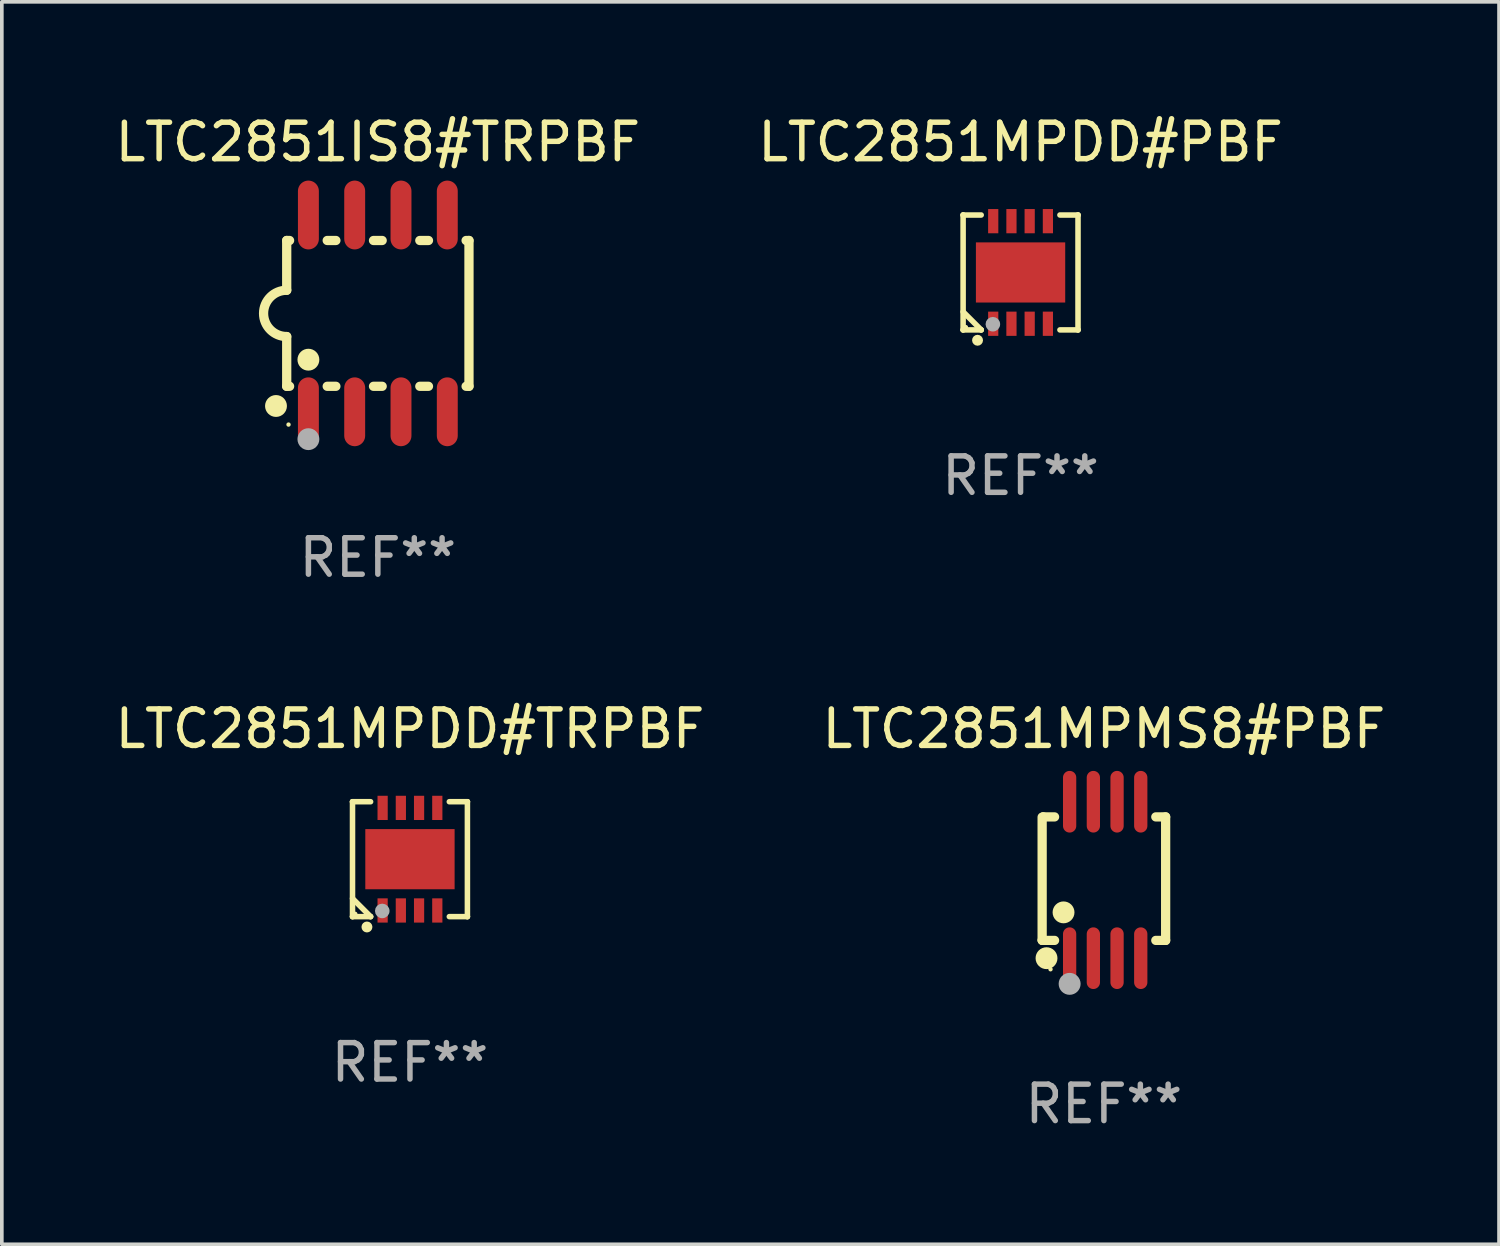
<source format=kicad_pcb>
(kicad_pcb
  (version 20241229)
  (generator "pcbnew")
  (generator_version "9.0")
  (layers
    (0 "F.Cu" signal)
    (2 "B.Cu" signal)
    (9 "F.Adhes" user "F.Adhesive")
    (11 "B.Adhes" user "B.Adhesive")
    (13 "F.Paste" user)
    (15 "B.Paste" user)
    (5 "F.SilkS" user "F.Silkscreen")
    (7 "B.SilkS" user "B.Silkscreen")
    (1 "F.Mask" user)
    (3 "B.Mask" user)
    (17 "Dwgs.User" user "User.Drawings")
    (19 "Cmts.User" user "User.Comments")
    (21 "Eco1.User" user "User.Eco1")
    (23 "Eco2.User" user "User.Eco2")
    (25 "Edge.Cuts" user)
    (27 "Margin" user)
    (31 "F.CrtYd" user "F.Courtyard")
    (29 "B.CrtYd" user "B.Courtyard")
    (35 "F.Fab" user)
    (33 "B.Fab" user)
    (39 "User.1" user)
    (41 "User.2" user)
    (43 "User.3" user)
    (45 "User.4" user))
  (footprint "LTC2851MPMS8#PBF"
    (layer "F.Cu")
    (at 27.232 21.089)
    (property "Reference" "LTC2851MPMS8#PBF" (at 0 -4.146 0) (layer "F.SilkS") (effects (font (size 1 1) (thickness 0.15))))
    (attr through_hole)
    (fp_line (start -1.694 -1.724) (end -1.694 1.652) (stroke (width 0.254) (type solid)) (layer "F.SilkS"))
    (fp_line (start -1.694 1.652) (end -1.688 1.658) (stroke (width 0.254) (type solid)) (layer "F.SilkS"))
    (fp_line (start -1.688 1.658) (end -1.353 1.658) (stroke (width 0.254) (type solid)) (layer "F.SilkS"))
    (fp_line (start -1.661 -1.73) (end -1.681 -1.71) (stroke (width 0.254) (type solid)) (layer "F.SilkS"))
    (fp_line (start -1.353 -1.73) (end -1.661 -1.73) (stroke (width 0.254) (type solid)) (layer "F.SilkS"))
    (fp_line (start 1.424 1.658) (end 1.694 1.658) (stroke (width 0.254) (type solid)) (layer "F.SilkS"))
    (fp_line (start 1.694 -1.73) (end 1.424 -1.73) (stroke (width 0.254) (type solid)) (layer "F.SilkS"))
    (fp_line (start 1.694 1.658) (end 1.694 -1.73) (stroke (width 0.254) (type solid)) (layer "F.SilkS"))
    (fp_circle (center -1.574 2.146) (end -1.424 2.146) (stroke (width 0.3) (type solid)) (fill no) (layer "F.SilkS"))
    (fp_circle (center -1.464 2.45) (end -1.434 2.45) (stroke (width 0.06) (type solid)) (fill no) (layer "F.SilkS"))
    (fp_circle (center -1.107 0.889) (end -0.957 0.889) (stroke (width 0.3) (type solid)) (fill no) (layer "F.SilkS"))
    (fp_circle (center -0.94 2.85) (end -0.789 2.85) (stroke (width 0.3) (type solid)) (fill no) (layer "F.Fab"))
    (fp_text user "REF**" (at 0 6.146 0) (layer "F.Fab") (effects (font (size 1 1) (thickness 0.15))))
    (pad "1" smd oval (at -0.94 2.146) (size 0.364 1.692) (layers "F.Cu" "F.Mask" "F.Paste"))
    (pad "2" smd oval (at -0.289 2.146) (size 0.364 1.692) (layers "F.Cu" "F.Mask" "F.Paste"))
    (pad "3" smd oval (at 0.361 2.146) (size 0.364 1.692) (layers "F.Cu" "F.Mask" "F.Paste"))
    (pad "4" smd oval (at 1.011 2.146) (size 0.364 1.692) (layers "F.Cu" "F.Mask" "F.Paste"))
    (pad "5" smd oval (at 1.011 -2.146) (size 0.364 1.692) (layers "F.Cu" "F.Mask" "F.Paste"))
    (pad "6" smd oval (at 0.361 -2.146) (size 0.364 1.692) (layers "F.Cu" "F.Mask" "F.Paste"))
    (pad "7" smd oval (at -0.289 -2.146) (size 0.364 1.692) (layers "F.Cu" "F.Mask" "F.Paste"))
    (pad "8" smd oval (at -0.94 -2.146) (size 0.364 1.692) (layers "F.Cu" "F.Mask" "F.Paste")))
  (footprint "LTC2851MPDD#TRPBF"
    (layer "F.Cu")
    (at 8.196 20.519)
    (property "Reference" "LTC2851MPDD#TRPBF" (at 0 -3.576 0) (layer "F.SilkS") (effects (font (size 1 1) (thickness 0.15))))
    (attr through_hole)
    (fp_line (start -1.576 -1.576) (end -1.576 -1.576) (stroke (width 0.152) (type solid)) (layer "F.SilkS"))
    (fp_line (start -1.576 -1.576) (end -1.08 -1.576) (stroke (width 0.152) (type solid)) (layer "F.SilkS"))
    (fp_line (start -1.576 1.576) (end -1.576 -1.576) (stroke (width 0.152) (type solid)) (layer "F.SilkS"))
    (fp_line (start -1.576 1.576) (end -1.576 1.576) (stroke (width 0.152) (type solid)) (layer "F.SilkS"))
    (fp_line (start -1.08 1.575) (end -1.576 1.079) (stroke (width 0.152) (type solid)) (layer "F.SilkS"))
    (fp_line (start -1.08 1.576) (end -1.576 1.576) (stroke (width 0.152) (type solid)) (layer "F.SilkS"))
    (fp_line (start -1.08 1.576) (end -1.08 1.575) (stroke (width 0.152) (type solid)) (layer "F.SilkS"))
    (fp_line (start 1.08 1.576) (end 1.576 1.576) (stroke (width 0.152) (type solid)) (layer "F.SilkS"))
    (fp_line (start 1.576 -1.576) (end 1.08 -1.576) (stroke (width 0.152) (type solid)) (layer "F.SilkS"))
    (fp_line (start 1.576 -1.576) (end 1.576 -1.576) (stroke (width 0.152) (type solid)) (layer "F.SilkS"))
    (fp_line (start 1.576 1.576) (end 1.576 -1.576) (stroke (width 0.152) (type solid)) (layer "F.SilkS"))
    (fp_line (start 1.576 1.576) (end 1.576 1.576) (stroke (width 0.152) (type solid)) (layer "F.SilkS"))
    (fp_circle (center -1.5 1.5) (end -1.47 1.5) (stroke (width 0.06) (type solid)) (fill no) (layer "F.SilkS"))
    (fp_circle (center -1.18 1.86) (end -1.105 1.86) (stroke (width 0.15) (type solid)) (fill no) (layer "F.SilkS"))
    (fp_circle (center -0.76 1.42) (end -0.66 1.42) (stroke (width 0.2) (type solid)) (fill no) (layer "F.Fab"))
    (fp_text user "REF**" (at 0 5.576 0) (layer "F.Fab") (effects (font (size 1 1) (thickness 0.15))))
    (pad "1" smd rect (at -0.75 1.407) (size 0.28 0.665) (layers "F.Cu" "F.Mask" "F.Paste"))
    (pad "2" smd rect (at -0.25 1.407) (size 0.28 0.665) (layers "F.Cu" "F.Mask" "F.Paste"))
    (pad "3" smd rect (at 0.25 1.407) (size 0.28 0.665) (layers "F.Cu" "F.Mask" "F.Paste"))
    (pad "4" smd rect (at 0.75 1.407) (size 0.28 0.665) (layers "F.Cu" "F.Mask" "F.Paste"))
    (pad "5" smd rect (at 0.75 -1.407) (size 0.28 0.665) (layers "F.Cu" "F.Mask" "F.Paste"))
    (pad "6" smd rect (at 0.25 -1.407) (size 0.28 0.665) (layers "F.Cu" "F.Mask" "F.Paste"))
    (pad "7" smd rect (at -0.25 -1.407) (size 0.28 0.665) (layers "F.Cu" "F.Mask" "F.Paste"))
    (pad "8" smd rect (at -0.75 -1.407) (size 0.28 0.665) (layers "F.Cu" "F.Mask" "F.Paste"))
    (pad "9" smd rect (at 0 0) (size 2.45 1.65) (layers "F.Cu" "F.Mask" "F.Paste")))
  (footprint "LTC2851MPDD#PBF"
    (layer "F.Cu")
    (at 24.946 4.424)
    (property "Reference" "LTC2851MPDD#PBF" (at 0 -3.576 0) (layer "F.SilkS") (effects (font (size 1 1) (thickness 0.15))))
    (attr through_hole)
    (fp_line (start -1.576 -1.576) (end -1.576 -1.576) (stroke (width 0.152) (type solid)) (layer "F.SilkS"))
    (fp_line (start -1.576 -1.576) (end -1.08 -1.576) (stroke (width 0.152) (type solid)) (layer "F.SilkS"))
    (fp_line (start -1.576 1.576) (end -1.576 -1.576) (stroke (width 0.152) (type solid)) (layer "F.SilkS"))
    (fp_line (start -1.576 1.576) (end -1.576 1.576) (stroke (width 0.152) (type solid)) (layer "F.SilkS"))
    (fp_line (start -1.08 1.575) (end -1.576 1.079) (stroke (width 0.152) (type solid)) (layer "F.SilkS"))
    (fp_line (start -1.08 1.576) (end -1.576 1.576) (stroke (width 0.152) (type solid)) (layer "F.SilkS"))
    (fp_line (start -1.08 1.576) (end -1.08 1.575) (stroke (width 0.152) (type solid)) (layer "F.SilkS"))
    (fp_line (start 1.08 1.576) (end 1.576 1.576) (stroke (width 0.152) (type solid)) (layer "F.SilkS"))
    (fp_line (start 1.576 -1.576) (end 1.08 -1.576) (stroke (width 0.152) (type solid)) (layer "F.SilkS"))
    (fp_line (start 1.576 -1.576) (end 1.576 -1.576) (stroke (width 0.152) (type solid)) (layer "F.SilkS"))
    (fp_line (start 1.576 1.576) (end 1.576 -1.576) (stroke (width 0.152) (type solid)) (layer "F.SilkS"))
    (fp_line (start 1.576 1.576) (end 1.576 1.576) (stroke (width 0.152) (type solid)) (layer "F.SilkS"))
    (fp_circle (center -1.5 1.5) (end -1.47 1.5) (stroke (width 0.06) (type solid)) (fill no) (layer "F.SilkS"))
    (fp_circle (center -1.18 1.86) (end -1.105 1.86) (stroke (width 0.15) (type solid)) (fill no) (layer "F.SilkS"))
    (fp_circle (center -0.76 1.42) (end -0.66 1.42) (stroke (width 0.2) (type solid)) (fill no) (layer "F.Fab"))
    (fp_text user "REF**" (at 0 5.576 0) (layer "F.Fab") (effects (font (size 1 1) (thickness 0.15))))
    (pad "1" smd rect (at -0.75 1.407) (size 0.28 0.665) (layers "F.Cu" "F.Mask" "F.Paste"))
    (pad "2" smd rect (at -0.25 1.407) (size 0.28 0.665) (layers "F.Cu" "F.Mask" "F.Paste"))
    (pad "3" smd rect (at 0.25 1.407) (size 0.28 0.665) (layers "F.Cu" "F.Mask" "F.Paste"))
    (pad "4" smd rect (at 0.75 1.407) (size 0.28 0.665) (layers "F.Cu" "F.Mask" "F.Paste"))
    (pad "5" smd rect (at 0.75 -1.407) (size 0.28 0.665) (layers "F.Cu" "F.Mask" "F.Paste"))
    (pad "6" smd rect (at 0.25 -1.407) (size 0.28 0.665) (layers "F.Cu" "F.Mask" "F.Paste"))
    (pad "7" smd rect (at -0.25 -1.407) (size 0.28 0.665) (layers "F.Cu" "F.Mask" "F.Paste"))
    (pad "8" smd rect (at -0.75 -1.407) (size 0.28 0.665) (layers "F.Cu" "F.Mask" "F.Paste"))
    (pad "9" smd rect (at 0 0) (size 2.45 1.65) (layers "F.Cu" "F.Mask" "F.Paste")))
  (footprint "LTC2851IS8#TRPBF"
    (layer "F.Cu")
    (at 7.315 5.547)
    (property "Reference" "LTC2851IS8#TRPBF" (at 0 -4.699 0) (layer "F.SilkS") (effects (font (size 1 1) (thickness 0.15))))
    (attr through_hole)
    (fp_line (start -2.5 -2) (end -2.5 -0.635) (stroke (width 0.254) (type solid)) (layer "F.SilkS"))
    (fp_line (start -2.5 -2) (end -2.421 -2) (stroke (width 0.254) (type solid)) (layer "F.SilkS"))
    (fp_line (start -2.5 2) (end -2.5 0.635) (stroke (width 0.254) (type solid)) (layer "F.SilkS"))
    (fp_line (start -2.5 2) (end -2.421 2) (stroke (width 0.254) (type solid)) (layer "F.SilkS"))
    (fp_line (start -1.389 -2) (end -1.151 -2) (stroke (width 0.254) (type solid)) (layer "F.SilkS"))
    (fp_line (start -1.389 2) (end -1.151 2) (stroke (width 0.254) (type solid)) (layer "F.SilkS"))
    (fp_line (start -0.119 -2) (end 0.119 -2) (stroke (width 0.254) (type solid)) (layer "F.SilkS"))
    (fp_line (start -0.119 2) (end 0.119 2) (stroke (width 0.254) (type solid)) (layer "F.SilkS"))
    (fp_line (start 1.151 -2) (end 1.389 -2) (stroke (width 0.254) (type solid)) (layer "F.SilkS"))
    (fp_line (start 1.151 2) (end 1.389 2) (stroke (width 0.254) (type solid)) (layer "F.SilkS"))
    (fp_line (start 2.421 -2) (end 2.5 -2) (stroke (width 0.254) (type solid)) (layer "F.SilkS"))
    (fp_line (start 2.421 2) (end 2.5 2) (stroke (width 0.254) (type solid)) (layer "F.SilkS"))
    (fp_line (start 2.5 -2) (end 2.5 2) (stroke (width 0.254) (type solid)) (layer "F.SilkS"))
    (fp_arc (start -2.5 0.635001) (mid -3.134366 -0.000318) (end -2.499365 -0.635001) (stroke (width 0.254001) (type solid)) (layer "F.SilkS"))
    (fp_circle (center -2.794 2.54) (end -2.644 2.54) (stroke (width 0.3) (type solid)) (fill no) (layer "F.SilkS"))
    (fp_circle (center -2.45 3.05) (end -2.42 3.05) (stroke (width 0.06) (type solid)) (fill no) (layer "F.SilkS"))
    (fp_circle (center -1.905 1.27) (end -1.755 1.27) (stroke (width 0.3) (type solid)) (fill no) (layer "F.SilkS"))
    (fp_circle (center -1.905 3.45) (end -1.755 3.45) (stroke (width 0.3) (type solid)) (fill no) (layer "F.Fab"))
    (fp_text user "REF**" (at 0 6.699 0) (layer "F.Fab") (effects (font (size 1 1) (thickness 0.15))))
    (pad "1" smd oval (at -1.905 2.699) (size 0.574 1.888) (layers "F.Cu" "F.Mask" "F.Paste"))
    (pad "2" smd oval (at -0.635 2.699) (size 0.574 1.888) (layers "F.Cu" "F.Mask" "F.Paste"))
    (pad "3" smd oval (at 0.635 2.699) (size 0.574 1.888) (layers "F.Cu" "F.Mask" "F.Paste"))
    (pad "4" smd oval (at 1.905 2.699) (size 0.574 1.888) (layers "F.Cu" "F.Mask" "F.Paste"))
    (pad "5" smd oval (at 1.905 -2.699) (size 0.574 1.888) (layers "F.Cu" "F.Mask" "F.Paste"))
    (pad "6" smd oval (at 0.635 -2.699) (size 0.574 1.888) (layers "F.Cu" "F.Mask" "F.Paste"))
    (pad "7" smd oval (at -0.635 -2.699) (size 0.574 1.888) (layers "F.Cu" "F.Mask" "F.Paste"))
    (pad "8" smd oval (at -1.905 -2.699) (size 0.574 1.888) (layers "F.Cu" "F.Mask" "F.Paste")))
  (gr_rect
    (start -3 -3)
    (end 38.071 31.083)
    (stroke (width 0.1) (type default))
    (fill no)
    (layer "Edge.Cuts")))
</source>
